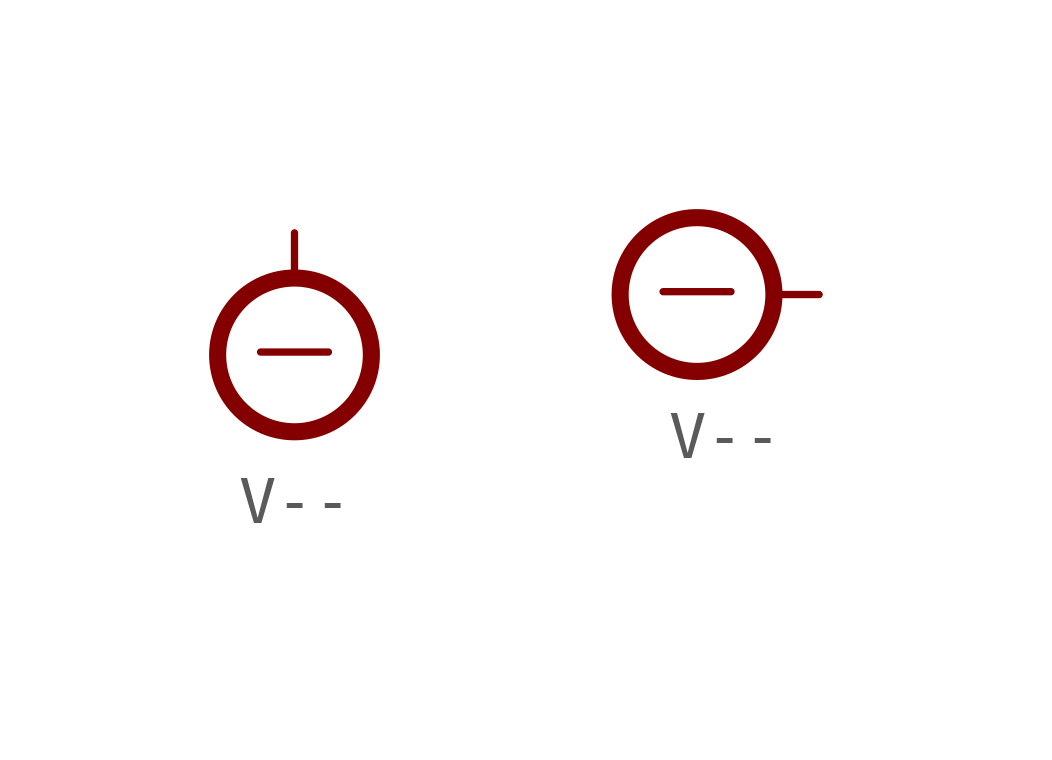
<source format=kicad_sym>
(kicad_symbol_lib
  (version 20220914)
  (generator kicad_symbol_editor)
  (symbol "V--"
    (power)
    (pin_numbers hide)
    (pin_names
      (offset 1.27) hide)
    (property "Reference" "#PWR"
      (at 5.08 0 0)
      (effects (font (size 1.27 1.27)) (justify left) hide))
    (symbol "V--_1_0"
      (pin power_in line (at 0 0 0) (length 0) hide (name "-" (effects (font (size 1.27 1.27)))) (number "0" (effects (font (size 0 0))))))
    (symbol "V--_1_1"
      (circle (center 0 -2.54) (radius 1.6) (stroke (width 0.356) (type default)) (fill (type none)))
      (polyline (pts (xy 0 -0.889) (xy 0 0)) (stroke (width 0) (type default)) (fill (type none)))
      (text "-" (at 0 -2.337 0) (effects (font (size 1.854 1.854)))))
    (symbol "V--_1_2"
      (circle (center -2.54 0) (radius 1.6) (stroke (width 0.356) (type default)) (fill (type none)))
      (polyline (pts (xy -0.889 0) (xy 0 0)) (stroke (width 0) (type default)) (fill (type none)))
      (text "-" (at -2.54 0.203 0) (effects (font (size 1.854 1.854)))))))
</source>
